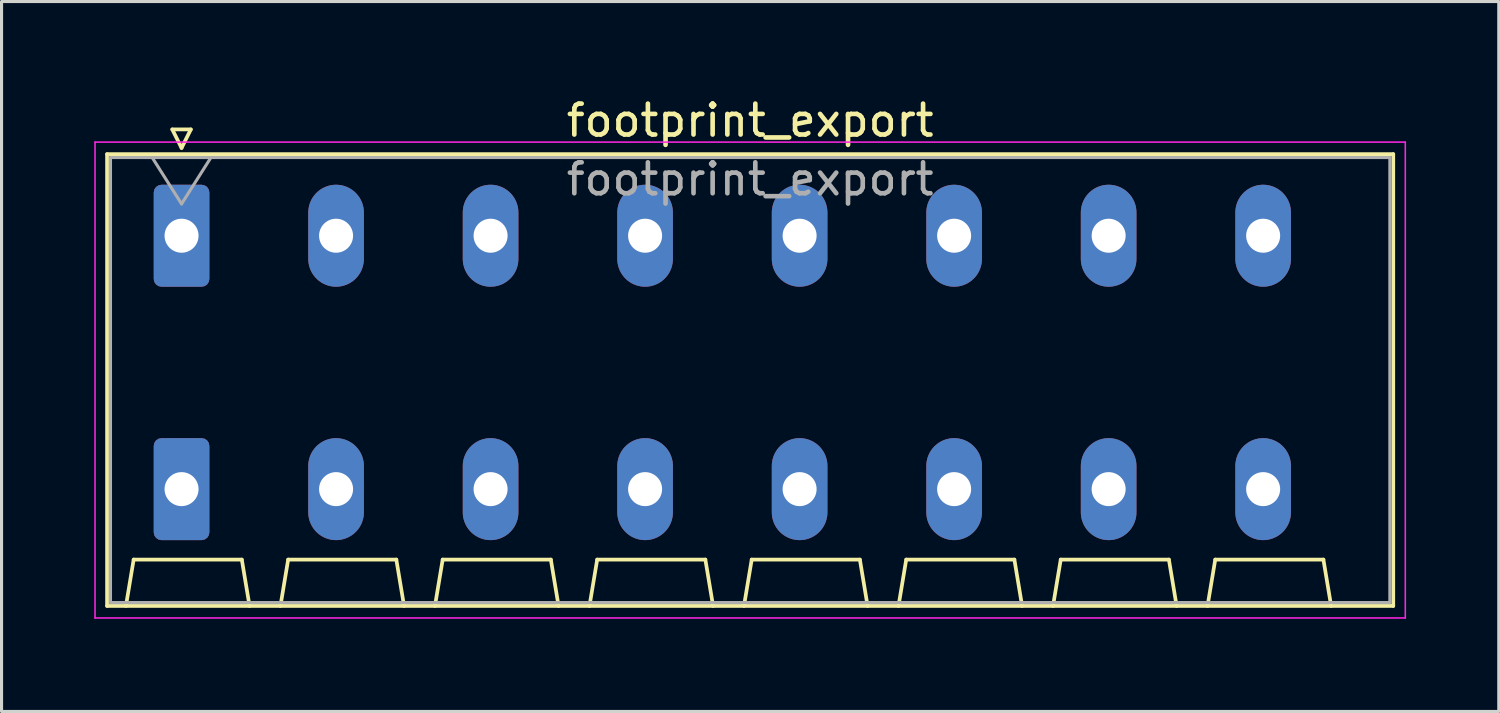
<source format=kicad_pcb>
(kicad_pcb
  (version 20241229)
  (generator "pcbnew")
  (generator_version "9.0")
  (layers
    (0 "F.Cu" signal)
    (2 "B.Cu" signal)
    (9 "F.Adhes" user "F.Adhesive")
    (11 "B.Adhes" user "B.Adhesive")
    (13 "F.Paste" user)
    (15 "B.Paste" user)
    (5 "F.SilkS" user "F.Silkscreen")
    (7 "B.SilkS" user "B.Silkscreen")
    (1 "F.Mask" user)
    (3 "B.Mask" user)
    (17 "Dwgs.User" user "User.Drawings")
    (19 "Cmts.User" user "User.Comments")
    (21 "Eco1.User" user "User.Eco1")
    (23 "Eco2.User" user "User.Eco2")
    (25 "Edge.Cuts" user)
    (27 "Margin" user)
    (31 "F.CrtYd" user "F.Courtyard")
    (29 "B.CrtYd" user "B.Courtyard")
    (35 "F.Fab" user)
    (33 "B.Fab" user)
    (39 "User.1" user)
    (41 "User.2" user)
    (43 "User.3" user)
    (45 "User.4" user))
  (footprint "footprint_export"
    (layer "F.Cu")
    (at 2.825 4.578)
    (property "Reference" "footprint_export" (at 18.4 -3.73 0) (layer "F.SilkS") (effects (font (size 1 1) (thickness 0.15))))
    (attr through_hole)
    (fp_line (start -2.41 -2.64) (end 39.21 -2.64) (stroke (width 0.12) (type solid)) (layer "F.SilkS"))
    (fp_line (start -2.41 11.98) (end -2.41 -2.64) (stroke (width 0.12) (type solid)) (layer "F.SilkS"))
    (fp_line (start -1.8 11.98) (end -1.55 10.48) (stroke (width 0.12) (type solid)) (layer "F.SilkS"))
    (fp_line (start -1.55 10.48) (end 1.95 10.48) (stroke (width 0.12) (type solid)) (layer "F.SilkS"))
    (fp_line (start -0.3 -3.44) (end 0 -2.84) (stroke (width 0.12) (type solid)) (layer "F.SilkS"))
    (fp_line (start -0.3 -3.44) (end 0.3 -3.44) (stroke (width 0.12) (type solid)) (layer "F.SilkS"))
    (fp_line (start 0.3 -3.44) (end 0 -2.84) (stroke (width 0.12) (type solid)) (layer "F.SilkS"))
    (fp_line (start 2.2 11.98) (end 1.95 10.48) (stroke (width 0.12) (type solid)) (layer "F.SilkS"))
    (fp_line (start 3.2 11.98) (end 3.45 10.48) (stroke (width 0.12) (type solid)) (layer "F.SilkS"))
    (fp_line (start 3.45 10.48) (end 6.95 10.48) (stroke (width 0.12) (type solid)) (layer "F.SilkS"))
    (fp_line (start 7.2 11.98) (end 6.95 10.48) (stroke (width 0.12) (type solid)) (layer "F.SilkS"))
    (fp_line (start 8.2 11.98) (end 8.45 10.48) (stroke (width 0.12) (type solid)) (layer "F.SilkS"))
    (fp_line (start 8.45 10.48) (end 11.95 10.48) (stroke (width 0.12) (type solid)) (layer "F.SilkS"))
    (fp_line (start 12.2 11.98) (end 11.95 10.48) (stroke (width 0.12) (type solid)) (layer "F.SilkS"))
    (fp_line (start 13.2 11.98) (end 13.45 10.48) (stroke (width 0.12) (type solid)) (layer "F.SilkS"))
    (fp_line (start 13.45 10.48) (end 16.95 10.48) (stroke (width 0.12) (type solid)) (layer "F.SilkS"))
    (fp_line (start 17.2 11.98) (end 16.95 10.48) (stroke (width 0.12) (type solid)) (layer "F.SilkS"))
    (fp_line (start 18.2 11.98) (end 18.45 10.48) (stroke (width 0.12) (type solid)) (layer "F.SilkS"))
    (fp_line (start 18.45 10.48) (end 21.95 10.48) (stroke (width 0.12) (type solid)) (layer "F.SilkS"))
    (fp_line (start 22.2 11.98) (end 21.95 10.48) (stroke (width 0.12) (type solid)) (layer "F.SilkS"))
    (fp_line (start 23.2 11.98) (end 23.45 10.48) (stroke (width 0.12) (type solid)) (layer "F.SilkS"))
    (fp_line (start 23.45 10.48) (end 26.95 10.48) (stroke (width 0.12) (type solid)) (layer "F.SilkS"))
    (fp_line (start 27.2 11.98) (end 26.95 10.48) (stroke (width 0.12) (type solid)) (layer "F.SilkS"))
    (fp_line (start 28.2 11.98) (end 28.45 10.48) (stroke (width 0.12) (type solid)) (layer "F.SilkS"))
    (fp_line (start 28.45 10.48) (end 31.95 10.48) (stroke (width 0.12) (type solid)) (layer "F.SilkS"))
    (fp_line (start 32.2 11.98) (end 31.95 10.48) (stroke (width 0.12) (type solid)) (layer "F.SilkS"))
    (fp_line (start 33.2 11.98) (end 33.45 10.48) (stroke (width 0.12) (type solid)) (layer "F.SilkS"))
    (fp_line (start 33.45 10.48) (end 36.95 10.48) (stroke (width 0.12) (type solid)) (layer "F.SilkS"))
    (fp_line (start 37.2 11.98) (end 36.95 10.48) (stroke (width 0.12) (type solid)) (layer "F.SilkS"))
    (fp_line (start 39.21 -2.64) (end 39.21 11.98) (stroke (width 0.12) (type solid)) (layer "F.SilkS"))
    (fp_line (start 39.21 11.98) (end -2.41 11.98) (stroke (width 0.12) (type solid)) (layer "F.SilkS"))
    (fp_line (start -2.8 -3.03) (end -2.8 12.37) (stroke (width 0.05) (type solid)) (layer "F.CrtYd"))
    (fp_line (start -2.8 12.37) (end 39.6 12.37) (stroke (width 0.05) (type solid)) (layer "F.CrtYd"))
    (fp_line (start 39.6 -3.03) (end -2.8 -3.03) (stroke (width 0.05) (type solid)) (layer "F.CrtYd"))
    (fp_line (start 39.6 12.37) (end 39.6 -3.03) (stroke (width 0.05) (type solid)) (layer "F.CrtYd"))
    (fp_line (start -2.3 -2.53) (end -2.3 11.87) (stroke (width 0.1) (type solid)) (layer "F.Fab"))
    (fp_line (start -2.3 11.87) (end 39.1 11.87) (stroke (width 0.1) (type solid)) (layer "F.Fab"))
    (fp_line (start -0.95 -2.53) (end 0 -1.03) (stroke (width 0.1) (type solid)) (layer "F.Fab"))
    (fp_line (start 0.95 -2.53) (end 0 -1.03) (stroke (width 0.1) (type solid)) (layer "F.Fab"))
    (fp_line (start 39.1 -2.53) (end -2.3 -2.53) (stroke (width 0.1) (type solid)) (layer "F.Fab"))
    (fp_line (start 39.1 11.87) (end 39.1 -2.53) (stroke (width 0.1) (type solid)) (layer "F.Fab"))
    (fp_text user "${REFERENCE}" (at 18.4 -1.83 0) (layer "F.Fab") (effects (font (size 1 1) (thickness 0.15))))
    (pad "1" thru_hole roundrect (at 0 0) (size 1.8 3.3) (drill 1.1) (layers "*.Cu" "*.Mask") (roundrect_rratio 0.139))
    (pad "1" thru_hole roundrect (at 0 8.2) (size 1.8 3.3) (drill 1.1) (layers "*.Cu" "*.Mask") (roundrect_rratio 0.139))
    (pad "2" thru_hole oval (at 5 0) (size 1.8 3.3) (drill 1.1) (layers "*.Cu" "*.Mask"))
    (pad "2" thru_hole oval (at 5 8.2) (size 1.8 3.3) (drill 1.1) (layers "*.Cu" "*.Mask"))
    (pad "3" thru_hole oval (at 10 0) (size 1.8 3.3) (drill 1.1) (layers "*.Cu" "*.Mask"))
    (pad "3" thru_hole oval (at 10 8.2) (size 1.8 3.3) (drill 1.1) (layers "*.Cu" "*.Mask"))
    (pad "4" thru_hole oval (at 15 0) (size 1.8 3.3) (drill 1.1) (layers "*.Cu" "*.Mask"))
    (pad "4" thru_hole oval (at 15 8.2) (size 1.8 3.3) (drill 1.1) (layers "*.Cu" "*.Mask"))
    (pad "5" thru_hole oval (at 20 0) (size 1.8 3.3) (drill 1.1) (layers "*.Cu" "*.Mask"))
    (pad "5" thru_hole oval (at 20 8.2) (size 1.8 3.3) (drill 1.1) (layers "*.Cu" "*.Mask"))
    (pad "6" thru_hole oval (at 25 0) (size 1.8 3.3) (drill 1.1) (layers "*.Cu" "*.Mask"))
    (pad "6" thru_hole oval (at 25 8.2) (size 1.8 3.3) (drill 1.1) (layers "*.Cu" "*.Mask"))
    (pad "7" thru_hole oval (at 30 0) (size 1.8 3.3) (drill 1.1) (layers "*.Cu" "*.Mask"))
    (pad "7" thru_hole oval (at 30 8.2) (size 1.8 3.3) (drill 1.1) (layers "*.Cu" "*.Mask"))
    (pad "8" thru_hole oval (at 35 0) (size 1.8 3.3) (drill 1.1) (layers "*.Cu" "*.Mask"))
    (pad "8" thru_hole oval (at 35 8.2) (size 1.8 3.3) (drill 1.1) (layers "*.Cu" "*.Mask")))
  (gr_rect
    (start -3 -3)
    (end 45.45 19.973)
    (stroke (width 0.1) (type default))
    (fill no)
    (layer "Edge.Cuts")))
</source>
